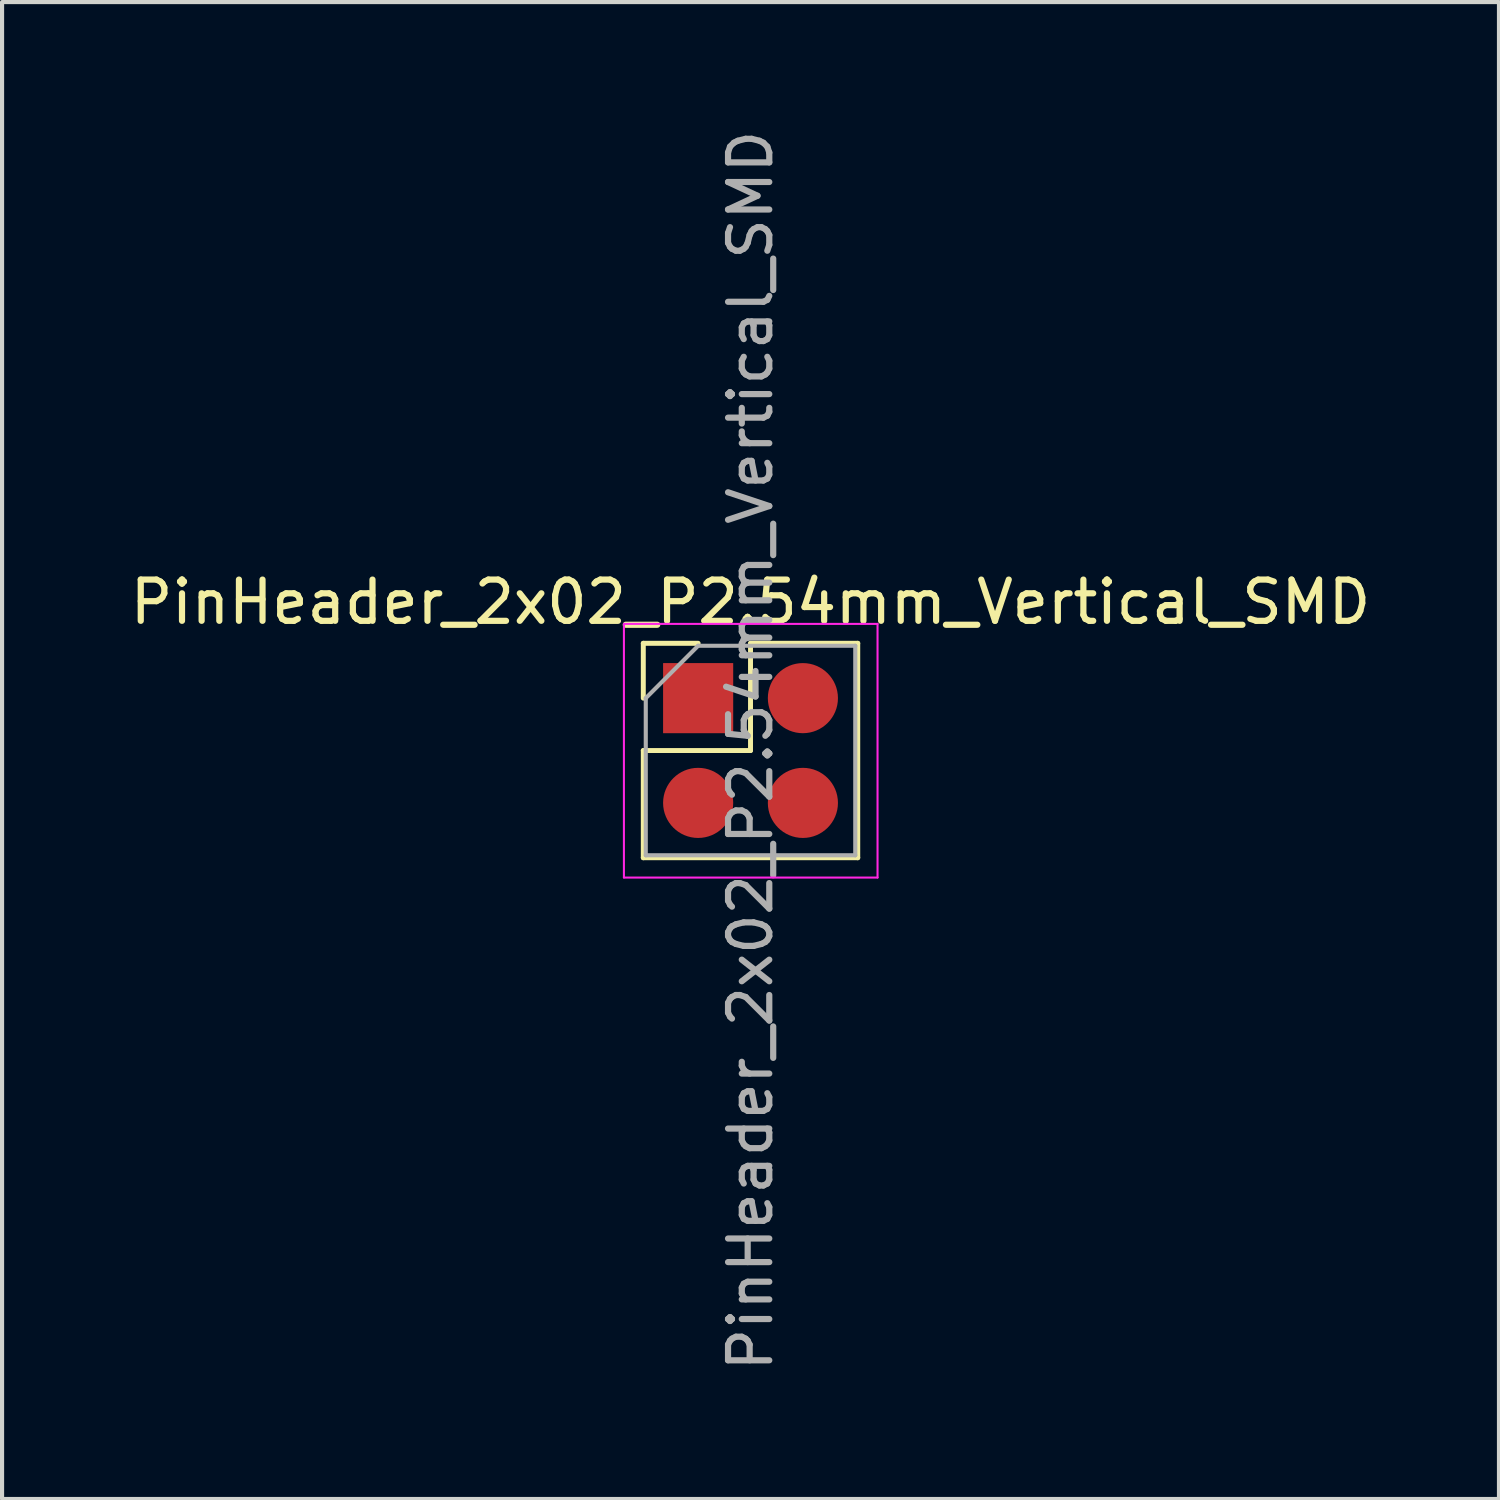
<source format=kicad_pcb>
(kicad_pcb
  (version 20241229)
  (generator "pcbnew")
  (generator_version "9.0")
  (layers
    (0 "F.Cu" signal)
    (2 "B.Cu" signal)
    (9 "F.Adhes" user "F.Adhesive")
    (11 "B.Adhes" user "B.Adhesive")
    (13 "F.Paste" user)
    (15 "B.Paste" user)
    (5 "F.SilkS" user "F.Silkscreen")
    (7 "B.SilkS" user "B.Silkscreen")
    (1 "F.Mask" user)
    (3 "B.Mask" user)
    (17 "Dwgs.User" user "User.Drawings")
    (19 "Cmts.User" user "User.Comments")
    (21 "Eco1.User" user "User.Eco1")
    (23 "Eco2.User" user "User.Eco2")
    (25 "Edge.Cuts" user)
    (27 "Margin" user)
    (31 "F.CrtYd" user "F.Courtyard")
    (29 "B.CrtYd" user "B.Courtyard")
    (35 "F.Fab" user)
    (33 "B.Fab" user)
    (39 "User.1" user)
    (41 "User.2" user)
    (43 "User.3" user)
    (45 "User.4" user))
  (footprint "PinHeader_2x02_P2.54mm_Vertical_SMD"
    (layer "F.Cu")
    (at 13.879 13.879)
    (property "Reference" "PinHeader_2x02_P2.54mm_Vertical_SMD" (at 1.27 -2.33 0) (layer "F.SilkS") (effects (font (size 1 1) (thickness 0.15))))
    (attr through_hole)
    (fp_line (start -1.33 -1.33) (end 0 -1.33) (stroke (width 0.12) (type solid)) (layer "F.SilkS"))
    (fp_line (start -1.33 0) (end -1.33 -1.33) (stroke (width 0.12) (type solid)) (layer "F.SilkS"))
    (fp_line (start -1.33 1.27) (end -1.33 3.87) (stroke (width 0.12) (type solid)) (layer "F.SilkS"))
    (fp_line (start -1.33 1.27) (end 1.27 1.27) (stroke (width 0.12) (type solid)) (layer "F.SilkS"))
    (fp_line (start -1.33 3.87) (end 3.87 3.87) (stroke (width 0.12) (type solid)) (layer "F.SilkS"))
    (fp_line (start 1.27 -1.33) (end 3.87 -1.33) (stroke (width 0.12) (type solid)) (layer "F.SilkS"))
    (fp_line (start 1.27 1.27) (end 1.27 -1.33) (stroke (width 0.12) (type solid)) (layer "F.SilkS"))
    (fp_line (start 3.87 -1.33) (end 3.87 3.87) (stroke (width 0.12) (type solid)) (layer "F.SilkS"))
    (fp_line (start -1.8 -1.8) (end -1.8 4.35) (stroke (width 0.05) (type solid)) (layer "F.CrtYd"))
    (fp_line (start -1.8 4.35) (end 4.35 4.35) (stroke (width 0.05) (type solid)) (layer "F.CrtYd"))
    (fp_line (start 4.35 -1.8) (end -1.8 -1.8) (stroke (width 0.05) (type solid)) (layer "F.CrtYd"))
    (fp_line (start 4.35 4.35) (end 4.35 -1.8) (stroke (width 0.05) (type solid)) (layer "F.CrtYd"))
    (fp_line (start -1.27 0) (end 0 -1.27) (stroke (width 0.1) (type solid)) (layer "F.Fab"))
    (fp_line (start -1.27 3.81) (end -1.27 0) (stroke (width 0.1) (type solid)) (layer "F.Fab"))
    (fp_line (start 0 -1.27) (end 3.81 -1.27) (stroke (width 0.1) (type solid)) (layer "F.Fab"))
    (fp_line (start 3.81 -1.27) (end 3.81 3.81) (stroke (width 0.1) (type solid)) (layer "F.Fab"))
    (fp_line (start 3.81 3.81) (end -1.27 3.81) (stroke (width 0.1) (type solid)) (layer "F.Fab"))
    (fp_text user "${REFERENCE}" (at 1.27 1.27 90) (layer "F.Fab") (effects (font (size 1 1) (thickness 0.15))))
    (pad "1" smd rect (at 0 0) (size 1.7 1.7) (layers "F.Cu" "F.Mask" "F.Paste"))
    (pad "2" smd oval (at 2.54 0) (size 1.7 1.7) (layers "F.Cu" "F.Mask" "F.Paste"))
    (pad "3" smd oval (at 0 2.54) (size 1.7 1.7) (layers "F.Cu" "F.Mask" "F.Paste"))
    (pad "4" smd oval (at 2.54 2.54) (size 1.7 1.7) (layers "F.Cu" "F.Mask" "F.Paste")))
  (gr_rect
    (start -3 -3)
    (end 33.298 33.298)
    (stroke (width 0.1) (type default))
    (fill no)
    (layer "Edge.Cuts")))
</source>
